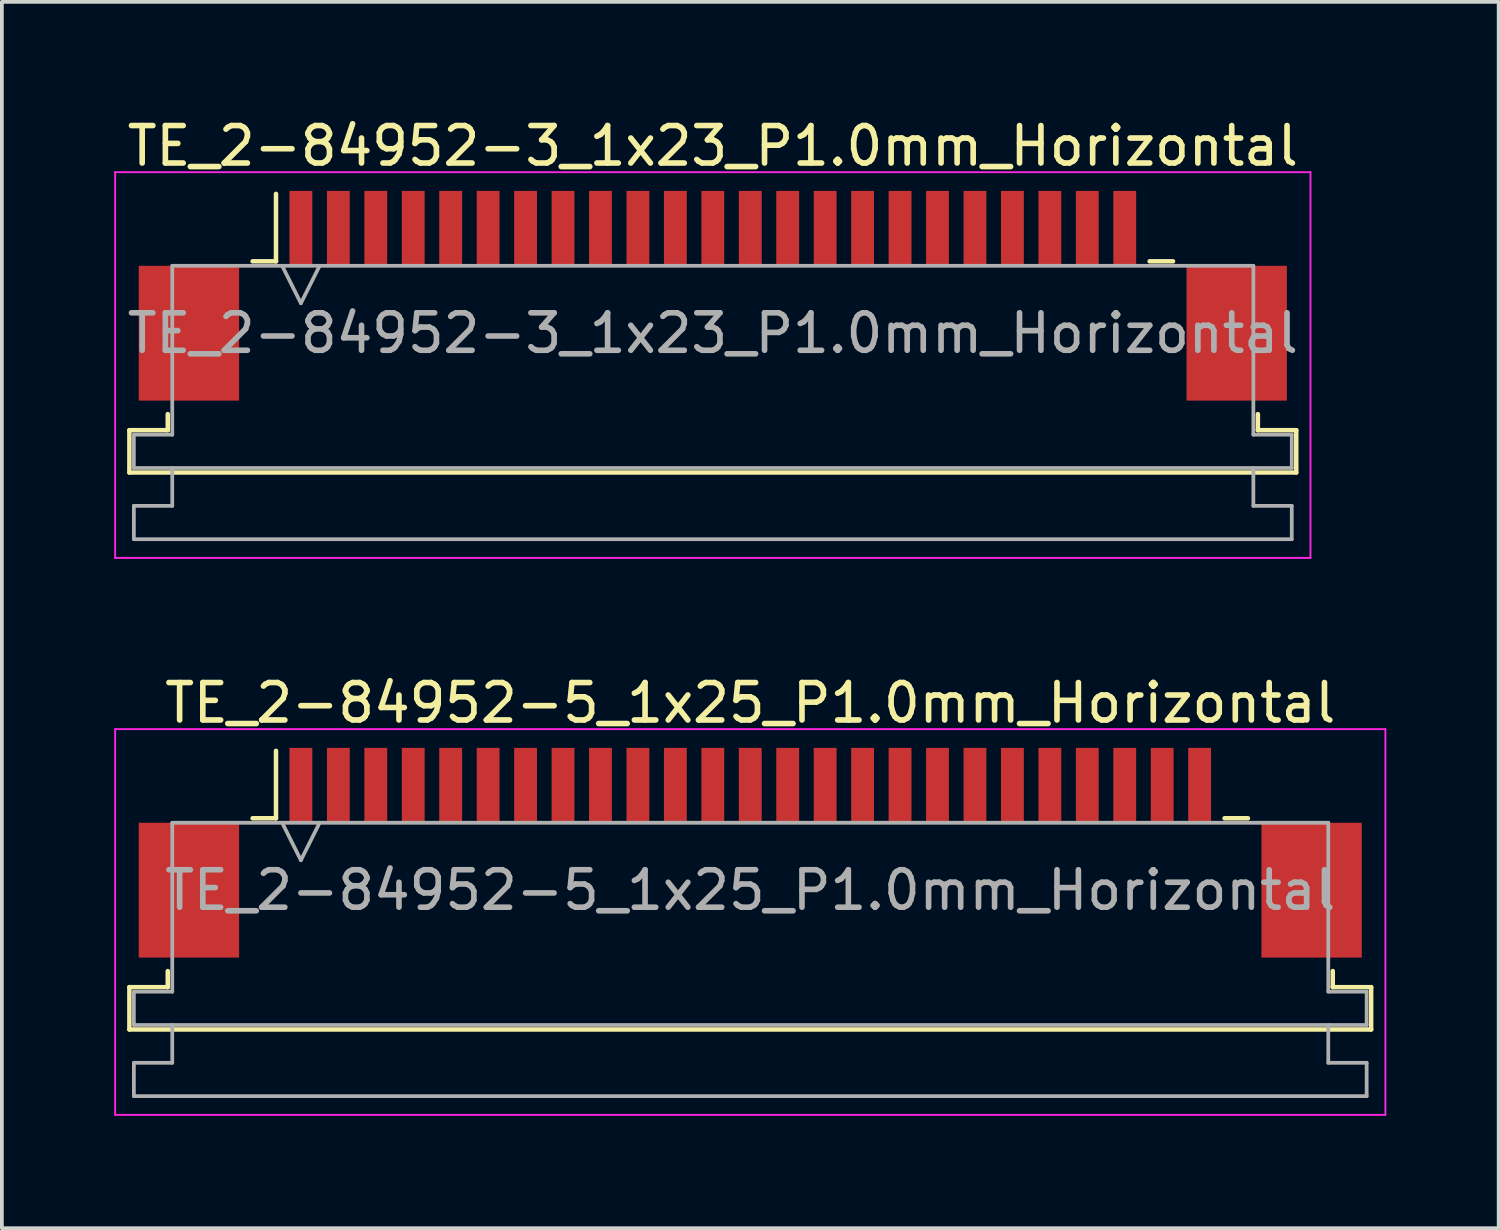
<source format=kicad_pcb>
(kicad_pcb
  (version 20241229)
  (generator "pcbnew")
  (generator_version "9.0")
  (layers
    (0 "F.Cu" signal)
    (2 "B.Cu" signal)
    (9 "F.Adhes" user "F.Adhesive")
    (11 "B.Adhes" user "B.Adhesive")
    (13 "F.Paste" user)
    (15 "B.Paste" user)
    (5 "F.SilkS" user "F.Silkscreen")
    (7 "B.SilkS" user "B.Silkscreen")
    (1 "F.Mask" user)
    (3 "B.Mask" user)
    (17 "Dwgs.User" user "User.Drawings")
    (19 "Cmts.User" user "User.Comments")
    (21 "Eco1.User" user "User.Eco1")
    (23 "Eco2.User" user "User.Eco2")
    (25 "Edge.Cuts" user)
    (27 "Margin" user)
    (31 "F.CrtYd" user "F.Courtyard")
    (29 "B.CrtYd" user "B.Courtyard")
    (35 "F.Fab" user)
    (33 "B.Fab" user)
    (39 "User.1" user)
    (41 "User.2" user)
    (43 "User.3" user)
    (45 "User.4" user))
  (footprint "TE_2-84952-3_1x23_P1.0mm_Horizontal"
    (layer "F.Cu")
    (at 15.985 4.848)
    (property "Reference" "TE_2-84952-3_1x23_P1.0mm_Horizontal" (at 0 -4 0) (layer "F.SilkS") (effects (font (size 1 1) (thickness 0.15))))
    (attr smd)
    (fp_line (start -15.58 3.59) (end -14.555 3.59) (stroke (width 0.12) (type solid)) (layer "F.SilkS"))
    (fp_line (start -15.58 4.72) (end -15.58 3.59) (stroke (width 0.12) (type solid)) (layer "F.SilkS"))
    (fp_line (start -14.555 3.59) (end -14.555 3.16) (stroke (width 0.12) (type solid)) (layer "F.SilkS"))
    (fp_line (start -12.29 -0.92) (end -11.665 -0.92) (stroke (width 0.12) (type solid)) (layer "F.SilkS"))
    (fp_line (start -11.665 -0.92) (end -11.665 -2.72) (stroke (width 0.12) (type solid)) (layer "F.SilkS"))
    (fp_line (start 11.665 -0.92) (end 12.29 -0.92) (stroke (width 0.12) (type solid)) (layer "F.SilkS"))
    (fp_line (start 14.555 3.16) (end 14.555 3.59) (stroke (width 0.12) (type solid)) (layer "F.SilkS"))
    (fp_line (start 14.555 3.59) (end 15.58 3.59) (stroke (width 0.12) (type solid)) (layer "F.SilkS"))
    (fp_line (start 15.58 3.59) (end 15.58 4.72) (stroke (width 0.12) (type solid)) (layer "F.SilkS"))
    (fp_line (start 15.58 4.72) (end -15.58 4.72) (stroke (width 0.12) (type solid)) (layer "F.SilkS"))
    (fp_line (start -15.96 -3.3) (end -15.96 7) (stroke (width 0.05) (type solid)) (layer "F.CrtYd"))
    (fp_line (start -15.96 7) (end 15.96 7) (stroke (width 0.05) (type solid)) (layer "F.CrtYd"))
    (fp_line (start 15.96 -3.3) (end -15.96 -3.3) (stroke (width 0.05) (type solid)) (layer "F.CrtYd"))
    (fp_line (start 15.96 7) (end 15.96 -3.3) (stroke (width 0.05) (type solid)) (layer "F.CrtYd"))
    (fp_line (start -15.46 3.71) (end -14.435 3.71) (stroke (width 0.1) (type solid)) (layer "F.Fab"))
    (fp_line (start -15.46 4.6) (end -15.46 3.71) (stroke (width 0.1) (type solid)) (layer "F.Fab"))
    (fp_line (start -15.46 5.61) (end -14.435 5.61) (stroke (width 0.1) (type solid)) (layer "F.Fab"))
    (fp_line (start -15.46 6.5) (end -15.46 5.61) (stroke (width 0.1) (type solid)) (layer "F.Fab"))
    (fp_line (start -14.435 -0.8) (end 14.435 -0.8) (stroke (width 0.1) (type solid)) (layer "F.Fab"))
    (fp_line (start -14.435 3.71) (end -14.435 -0.8) (stroke (width 0.1) (type solid)) (layer "F.Fab"))
    (fp_line (start -14.435 5.61) (end -14.435 4.6) (stroke (width 0.1) (type solid)) (layer "F.Fab"))
    (fp_line (start -11.5 -0.8) (end -11 0.2) (stroke (width 0.1) (type solid)) (layer "F.Fab"))
    (fp_line (start -11 0.2) (end -10.5 -0.8) (stroke (width 0.1) (type solid)) (layer "F.Fab"))
    (fp_line (start 14.435 -0.8) (end 14.435 3.71) (stroke (width 0.1) (type solid)) (layer "F.Fab"))
    (fp_line (start 14.435 3.71) (end 15.46 3.71) (stroke (width 0.1) (type solid)) (layer "F.Fab"))
    (fp_line (start 14.435 4.6) (end 14.435 5.61) (stroke (width 0.1) (type solid)) (layer "F.Fab"))
    (fp_line (start 14.435 5.61) (end 15.46 5.61) (stroke (width 0.1) (type solid)) (layer "F.Fab"))
    (fp_line (start 15.46 3.71) (end 15.46 4.6) (stroke (width 0.1) (type solid)) (layer "F.Fab"))
    (fp_line (start 15.46 4.6) (end -15.46 4.6) (stroke (width 0.1) (type solid)) (layer "F.Fab"))
    (fp_line (start 15.46 5.61) (end 15.46 6.5) (stroke (width 0.1) (type solid)) (layer "F.Fab"))
    (fp_line (start 15.46 6.5) (end -15.46 6.5) (stroke (width 0.1) (type solid)) (layer "F.Fab"))
    (fp_text user "${REFERENCE}" (at 0 1 0) (layer "F.Fab") (effects (font (size 1 1) (thickness 0.15))))
    (pad "" smd rect (at -13.99 1) (size 2.68 3.6) (layers "F.Cu" "F.Mask" "F.Paste"))
    (pad "" smd rect (at 13.99 1) (size 2.68 3.6) (layers "F.Cu" "F.Mask" "F.Paste"))
    (pad "1" smd rect (at -11 -1.8) (size 0.61 2) (layers "F.Cu" "F.Mask" "F.Paste"))
    (pad "2" smd rect (at -10 -1.8) (size 0.61 2) (layers "F.Cu" "F.Mask" "F.Paste"))
    (pad "3" smd rect (at -9 -1.8) (size 0.61 2) (layers "F.Cu" "F.Mask" "F.Paste"))
    (pad "4" smd rect (at -8 -1.8) (size 0.61 2) (layers "F.Cu" "F.Mask" "F.Paste"))
    (pad "5" smd rect (at -7 -1.8) (size 0.61 2) (layers "F.Cu" "F.Mask" "F.Paste"))
    (pad "6" smd rect (at -6 -1.8) (size 0.61 2) (layers "F.Cu" "F.Mask" "F.Paste"))
    (pad "7" smd rect (at -5 -1.8) (size 0.61 2) (layers "F.Cu" "F.Mask" "F.Paste"))
    (pad "8" smd rect (at -4 -1.8) (size 0.61 2) (layers "F.Cu" "F.Mask" "F.Paste"))
    (pad "9" smd rect (at -3 -1.8) (size 0.61 2) (layers "F.Cu" "F.Mask" "F.Paste"))
    (pad "10" smd rect (at -2 -1.8) (size 0.61 2) (layers "F.Cu" "F.Mask" "F.Paste"))
    (pad "11" smd rect (at -1 -1.8) (size 0.61 2) (layers "F.Cu" "F.Mask" "F.Paste"))
    (pad "12" smd rect (at 0 -1.8) (size 0.61 2) (layers "F.Cu" "F.Mask" "F.Paste"))
    (pad "13" smd rect (at 1 -1.8) (size 0.61 2) (layers "F.Cu" "F.Mask" "F.Paste"))
    (pad "14" smd rect (at 2 -1.8) (size 0.61 2) (layers "F.Cu" "F.Mask" "F.Paste"))
    (pad "15" smd rect (at 3 -1.8) (size 0.61 2) (layers "F.Cu" "F.Mask" "F.Paste"))
    (pad "16" smd rect (at 4 -1.8) (size 0.61 2) (layers "F.Cu" "F.Mask" "F.Paste"))
    (pad "17" smd rect (at 5 -1.8) (size 0.61 2) (layers "F.Cu" "F.Mask" "F.Paste"))
    (pad "18" smd rect (at 6 -1.8) (size 0.61 2) (layers "F.Cu" "F.Mask" "F.Paste"))
    (pad "19" smd rect (at 7 -1.8) (size 0.61 2) (layers "F.Cu" "F.Mask" "F.Paste"))
    (pad "20" smd rect (at 8 -1.8) (size 0.61 2) (layers "F.Cu" "F.Mask" "F.Paste"))
    (pad "21" smd rect (at 9 -1.8) (size 0.61 2) (layers "F.Cu" "F.Mask" "F.Paste"))
    (pad "22" smd rect (at 10 -1.8) (size 0.61 2) (layers "F.Cu" "F.Mask" "F.Paste"))
    (pad "23" smd rect (at 11 -1.8) (size 0.61 2) (layers "F.Cu" "F.Mask" "F.Paste")))
  (footprint "TE_2-84952-5_1x25_P1.0mm_Horizontal"
    (layer "F.Cu")
    (at 16.985 19.721)
    (property "Reference" "TE_2-84952-5_1x25_P1.0mm_Horizontal" (at 0 -4 0) (layer "F.SilkS") (effects (font (size 1 1) (thickness 0.15))))
    (attr smd)
    (fp_line (start -16.58 3.59) (end -15.555 3.59) (stroke (width 0.12) (type solid)) (layer "F.SilkS"))
    (fp_line (start -16.58 4.72) (end -16.58 3.59) (stroke (width 0.12) (type solid)) (layer "F.SilkS"))
    (fp_line (start -15.555 3.59) (end -15.555 3.16) (stroke (width 0.12) (type solid)) (layer "F.SilkS"))
    (fp_line (start -13.29 -0.92) (end -12.665 -0.92) (stroke (width 0.12) (type solid)) (layer "F.SilkS"))
    (fp_line (start -12.665 -0.92) (end -12.665 -2.72) (stroke (width 0.12) (type solid)) (layer "F.SilkS"))
    (fp_line (start 12.665 -0.92) (end 13.29 -0.92) (stroke (width 0.12) (type solid)) (layer "F.SilkS"))
    (fp_line (start 15.555 3.16) (end 15.555 3.59) (stroke (width 0.12) (type solid)) (layer "F.SilkS"))
    (fp_line (start 15.555 3.59) (end 16.58 3.59) (stroke (width 0.12) (type solid)) (layer "F.SilkS"))
    (fp_line (start 16.58 3.59) (end 16.58 4.72) (stroke (width 0.12) (type solid)) (layer "F.SilkS"))
    (fp_line (start 16.58 4.72) (end -16.58 4.72) (stroke (width 0.12) (type solid)) (layer "F.SilkS"))
    (fp_line (start -16.96 -3.3) (end -16.96 7) (stroke (width 0.05) (type solid)) (layer "F.CrtYd"))
    (fp_line (start -16.96 7) (end 16.96 7) (stroke (width 0.05) (type solid)) (layer "F.CrtYd"))
    (fp_line (start 16.96 -3.3) (end -16.96 -3.3) (stroke (width 0.05) (type solid)) (layer "F.CrtYd"))
    (fp_line (start 16.96 7) (end 16.96 -3.3) (stroke (width 0.05) (type solid)) (layer "F.CrtYd"))
    (fp_line (start -16.46 3.71) (end -15.435 3.71) (stroke (width 0.1) (type solid)) (layer "F.Fab"))
    (fp_line (start -16.46 4.6) (end -16.46 3.71) (stroke (width 0.1) (type solid)) (layer "F.Fab"))
    (fp_line (start -16.46 5.61) (end -15.435 5.61) (stroke (width 0.1) (type solid)) (layer "F.Fab"))
    (fp_line (start -16.46 6.5) (end -16.46 5.61) (stroke (width 0.1) (type solid)) (layer "F.Fab"))
    (fp_line (start -15.435 -0.8) (end 15.435 -0.8) (stroke (width 0.1) (type solid)) (layer "F.Fab"))
    (fp_line (start -15.435 3.71) (end -15.435 -0.8) (stroke (width 0.1) (type solid)) (layer "F.Fab"))
    (fp_line (start -15.435 5.61) (end -15.435 4.6) (stroke (width 0.1) (type solid)) (layer "F.Fab"))
    (fp_line (start -12.5 -0.8) (end -12 0.2) (stroke (width 0.1) (type solid)) (layer "F.Fab"))
    (fp_line (start -12 0.2) (end -11.5 -0.8) (stroke (width 0.1) (type solid)) (layer "F.Fab"))
    (fp_line (start 15.435 -0.8) (end 15.435 3.71) (stroke (width 0.1) (type solid)) (layer "F.Fab"))
    (fp_line (start 15.435 3.71) (end 16.46 3.71) (stroke (width 0.1) (type solid)) (layer "F.Fab"))
    (fp_line (start 15.435 4.6) (end 15.435 5.61) (stroke (width 0.1) (type solid)) (layer "F.Fab"))
    (fp_line (start 15.435 5.61) (end 16.46 5.61) (stroke (width 0.1) (type solid)) (layer "F.Fab"))
    (fp_line (start 16.46 3.71) (end 16.46 4.6) (stroke (width 0.1) (type solid)) (layer "F.Fab"))
    (fp_line (start 16.46 4.6) (end -16.46 4.6) (stroke (width 0.1) (type solid)) (layer "F.Fab"))
    (fp_line (start 16.46 5.61) (end 16.46 6.5) (stroke (width 0.1) (type solid)) (layer "F.Fab"))
    (fp_line (start 16.46 6.5) (end -16.46 6.5) (stroke (width 0.1) (type solid)) (layer "F.Fab"))
    (fp_text user "${REFERENCE}" (at 0 1 0) (layer "F.Fab") (effects (font (size 1 1) (thickness 0.15))))
    (pad "" smd rect (at -14.99 1) (size 2.68 3.6) (layers "F.Cu" "F.Mask" "F.Paste"))
    (pad "" smd rect (at 14.99 1) (size 2.68 3.6) (layers "F.Cu" "F.Mask" "F.Paste"))
    (pad "1" smd rect (at -12 -1.8) (size 0.61 2) (layers "F.Cu" "F.Mask" "F.Paste"))
    (pad "2" smd rect (at -11 -1.8) (size 0.61 2) (layers "F.Cu" "F.Mask" "F.Paste"))
    (pad "3" smd rect (at -10 -1.8) (size 0.61 2) (layers "F.Cu" "F.Mask" "F.Paste"))
    (pad "4" smd rect (at -9 -1.8) (size 0.61 2) (layers "F.Cu" "F.Mask" "F.Paste"))
    (pad "5" smd rect (at -8 -1.8) (size 0.61 2) (layers "F.Cu" "F.Mask" "F.Paste"))
    (pad "6" smd rect (at -7 -1.8) (size 0.61 2) (layers "F.Cu" "F.Mask" "F.Paste"))
    (pad "7" smd rect (at -6 -1.8) (size 0.61 2) (layers "F.Cu" "F.Mask" "F.Paste"))
    (pad "8" smd rect (at -5 -1.8) (size 0.61 2) (layers "F.Cu" "F.Mask" "F.Paste"))
    (pad "9" smd rect (at -4 -1.8) (size 0.61 2) (layers "F.Cu" "F.Mask" "F.Paste"))
    (pad "10" smd rect (at -3 -1.8) (size 0.61 2) (layers "F.Cu" "F.Mask" "F.Paste"))
    (pad "11" smd rect (at -2 -1.8) (size 0.61 2) (layers "F.Cu" "F.Mask" "F.Paste"))
    (pad "12" smd rect (at -1 -1.8) (size 0.61 2) (layers "F.Cu" "F.Mask" "F.Paste"))
    (pad "13" smd rect (at 0 -1.8) (size 0.61 2) (layers "F.Cu" "F.Mask" "F.Paste"))
    (pad "14" smd rect (at 1 -1.8) (size 0.61 2) (layers "F.Cu" "F.Mask" "F.Paste"))
    (pad "15" smd rect (at 2 -1.8) (size 0.61 2) (layers "F.Cu" "F.Mask" "F.Paste"))
    (pad "16" smd rect (at 3 -1.8) (size 0.61 2) (layers "F.Cu" "F.Mask" "F.Paste"))
    (pad "17" smd rect (at 4 -1.8) (size 0.61 2) (layers "F.Cu" "F.Mask" "F.Paste"))
    (pad "18" smd rect (at 5 -1.8) (size 0.61 2) (layers "F.Cu" "F.Mask" "F.Paste"))
    (pad "19" smd rect (at 6 -1.8) (size 0.61 2) (layers "F.Cu" "F.Mask" "F.Paste"))
    (pad "20" smd rect (at 7 -1.8) (size 0.61 2) (layers "F.Cu" "F.Mask" "F.Paste"))
    (pad "21" smd rect (at 8 -1.8) (size 0.61 2) (layers "F.Cu" "F.Mask" "F.Paste"))
    (pad "22" smd rect (at 9 -1.8) (size 0.61 2) (layers "F.Cu" "F.Mask" "F.Paste"))
    (pad "23" smd rect (at 10 -1.8) (size 0.61 2) (layers "F.Cu" "F.Mask" "F.Paste"))
    (pad "24" smd rect (at 11 -1.8) (size 0.61 2) (layers "F.Cu" "F.Mask" "F.Paste"))
    (pad "25" smd rect (at 12 -1.8) (size 0.61 2) (layers "F.Cu" "F.Mask" "F.Paste")))
  (gr_rect
    (start -3 -3)
    (end 36.97 29.747)
    (stroke (width 0.1) (type default))
    (fill no)
    (layer "Edge.Cuts")))
</source>
